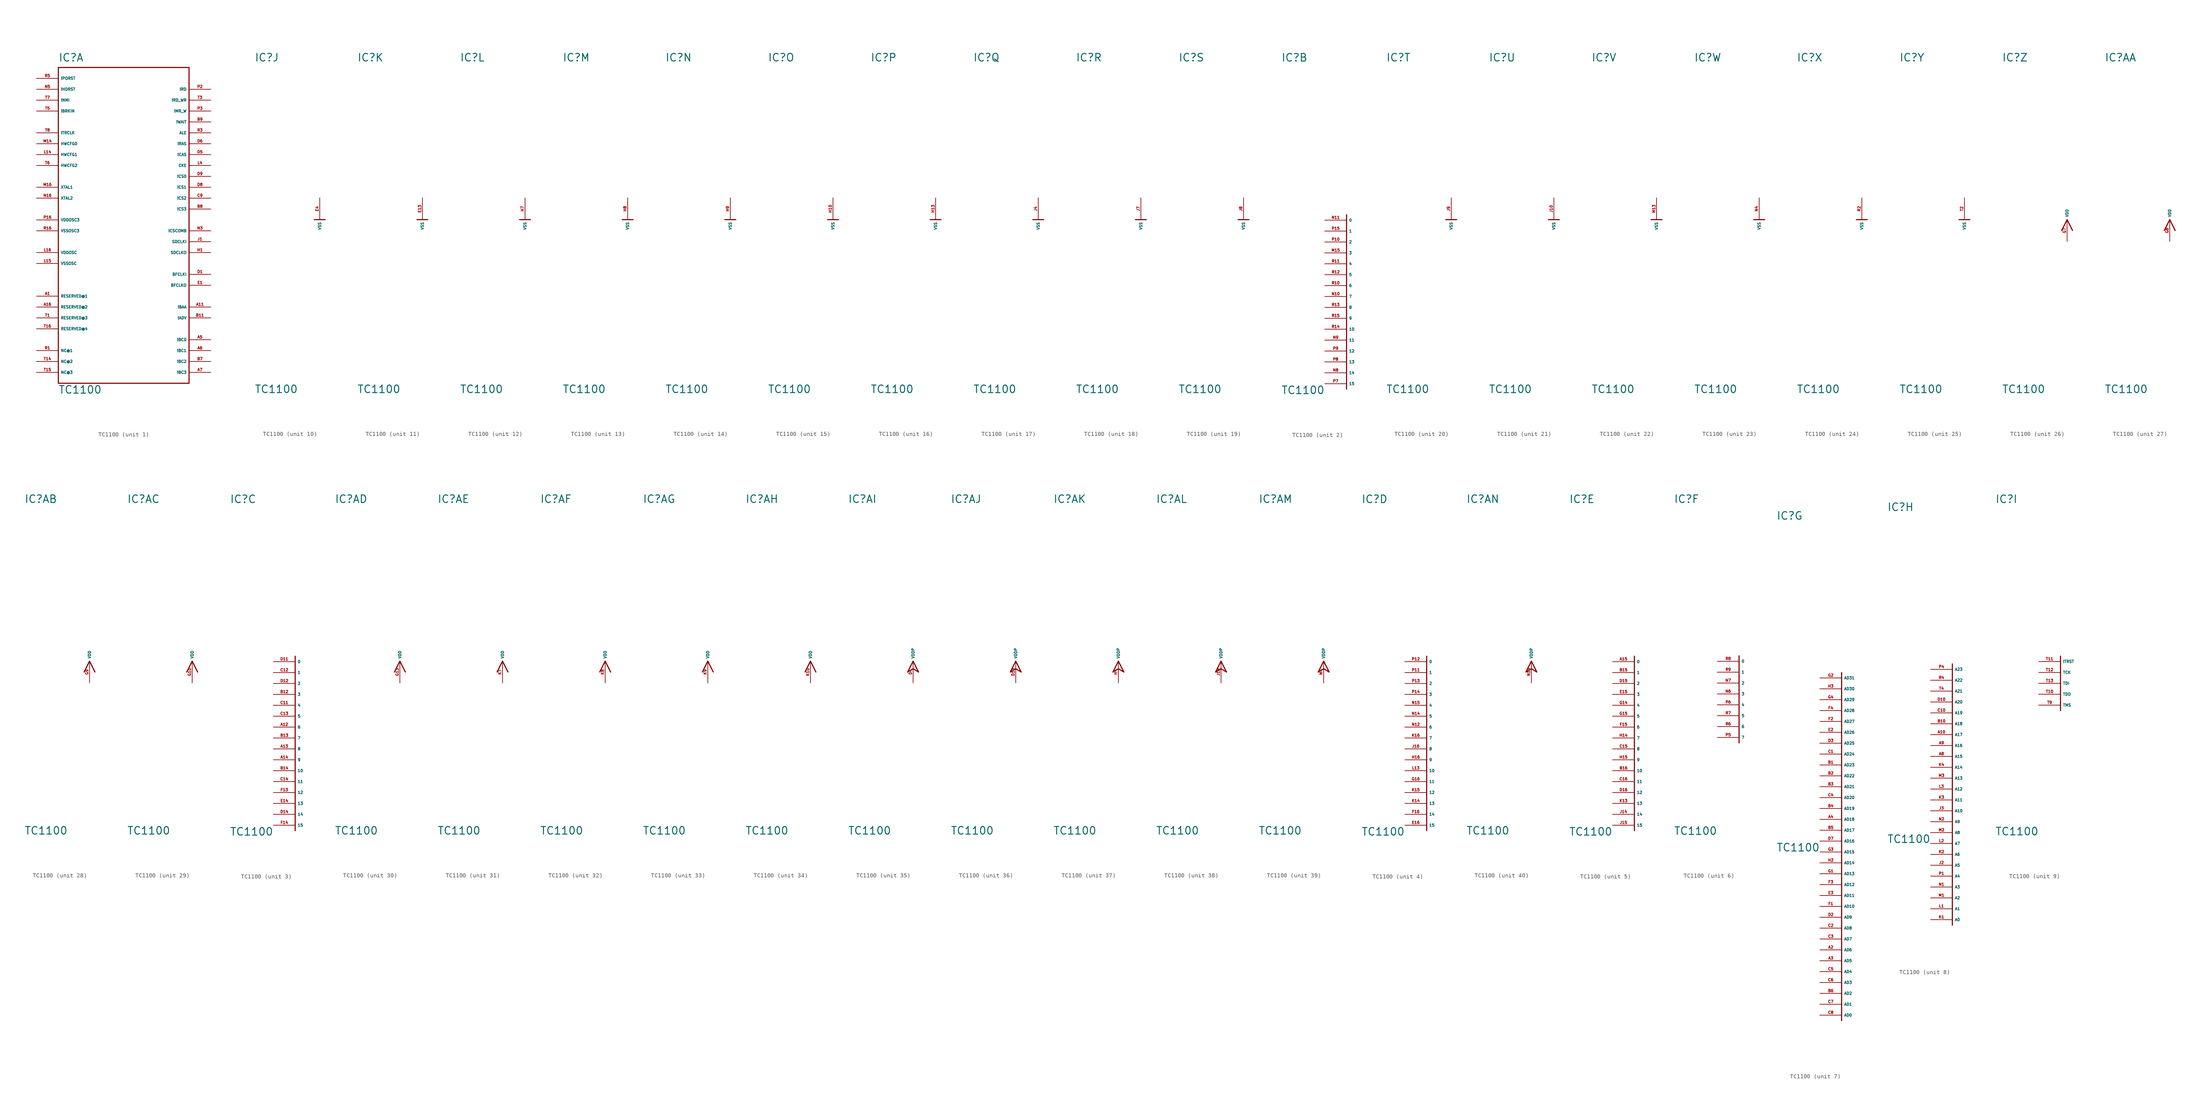
<source format=kicad_sym>
(kicad_symbol_lib
  (version 20220914)
  (generator Eagle2Kicad)
  (symbol "TC1100"
    (property "Reference" "IC"
      (at -15.24 36.83 0)
      (effects (font (size 1.778 1.778) (thickness 0.22)) (justify left bottom)))
    (property "Value" "TC1100"
      (at -15.24 -40.64 0)
      (effects (font (size 1.778 1.778) (thickness 0.22)) (justify left bottom)))
    (symbol "TC1100_1_0"
      (polyline (pts (xy 15.24 35.56) (xy 15.24 -38.1)) (stroke (width 0.254) (type default)) (fill (type none)))
      (polyline (pts (xy 15.24 -38.1) (xy -15.24 -38.1)) (stroke (width 0.254) (type default)) (fill (type none)))
      (polyline (pts (xy -15.24 -38.1) (xy -15.24 35.56)) (stroke (width 0.254) (type default)) (fill (type none)))
      (polyline (pts (xy -15.24 35.56) (xy 15.24 35.56)) (stroke (width 0.254) (type default)) (fill (type none)))
      (pin input line (at -20.32 27.94 0) (length 5.08) (name "!NMI" (effects (font (size 0.635 0.635) (thickness 0.08)) (justify left bottom))) (number "T7" (effects (font (size 0.635 0.635) (thickness 0.08)) (justify left bottom))))
      (pin output line (at 20.32 30.48 180) (length 5.08) (name "!RD" (effects (font (size 0.635 0.635) (thickness 0.08)) (justify left bottom))) (number "P2" (effects (font (size 0.635 0.635) (thickness 0.08)) (justify left bottom))))
      (pin output line (at 20.32 10.16 180) (length 5.08) (name "!CS0" (effects (font (size 0.635 0.635) (thickness 0.08)) (justify left bottom))) (number "D9" (effects (font (size 0.635 0.635) (thickness 0.08)) (justify left bottom))))
      (pin input line (at -20.32 33.02 0) (length 5.08) (name "!PORST" (effects (font (size 0.635 0.635) (thickness 0.08)) (justify left bottom))) (number "R5" (effects (font (size 0.635 0.635) (thickness 0.08)) (justify left bottom))))
      (pin bidirectional line (at -20.32 30.48 0) (length 5.08) (name "!HDRST" (effects (font (size 0.635 0.635) (thickness 0.08)) (justify left bottom))) (number "N5" (effects (font (size 0.635 0.635) (thickness 0.08)) (justify left bottom))))
      (pin input line (at -20.32 17.78 0) (length 5.08) (name "HWCFG0" (effects (font (size 0.635 0.635) (thickness 0.08)) (justify left bottom))) (number "M14" (effects (font (size 0.635 0.635) (thickness 0.08)) (justify left bottom))))
      (pin input line (at 20.32 22.86 180) (length 5.08) (name "!WAIT" (effects (font (size 0.635 0.635) (thickness 0.08)) (justify left bottom))) (number "B9" (effects (font (size 0.635 0.635) (thickness 0.08)) (justify left bottom))))
      (pin output line (at 20.32 20.32 180) (length 5.08) (name "ALE" (effects (font (size 0.635 0.635) (thickness 0.08)) (justify left bottom))) (number "R3" (effects (font (size 0.635 0.635) (thickness 0.08)) (justify left bottom))))
      (pin output line (at 20.32 -20.32 180) (length 5.08) (name "!BAA" (effects (font (size 0.635 0.635) (thickness 0.08)) (justify left bottom))) (number "A11" (effects (font (size 0.635 0.635) (thickness 0.08)) (justify left bottom))))
      (pin output line (at 20.32 17.78 180) (length 5.08) (name "!RAS" (effects (font (size 0.635 0.635) (thickness 0.08)) (justify left bottom))) (number "D6" (effects (font (size 0.635 0.635) (thickness 0.08)) (justify left bottom))))
      (pin output line (at 20.32 15.24 180) (length 5.08) (name "!CAS" (effects (font (size 0.635 0.635) (thickness 0.08)) (justify left bottom))) (number "D5" (effects (font (size 0.635 0.635) (thickness 0.08)) (justify left bottom))))
      (pin output line (at 20.32 7.62 180) (length 5.08) (name "!CS1" (effects (font (size 0.635 0.635) (thickness 0.08)) (justify left bottom))) (number "D8" (effects (font (size 0.635 0.635) (thickness 0.08)) (justify left bottom))))
      (pin output line (at 20.32 5.08 180) (length 5.08) (name "!CS2" (effects (font (size 0.635 0.635) (thickness 0.08)) (justify left bottom))) (number "C9" (effects (font (size 0.635 0.635) (thickness 0.08)) (justify left bottom))))
      (pin output line (at 20.32 2.54 180) (length 5.08) (name "!CS3" (effects (font (size 0.635 0.635) (thickness 0.08)) (justify left bottom))) (number "B8" (effects (font (size 0.635 0.635) (thickness 0.08)) (justify left bottom))))
      (pin output line (at 20.32 -2.54 180) (length 5.08) (name "!CSCOMB" (effects (font (size 0.635 0.635) (thickness 0.08)) (justify left bottom))) (number "N3" (effects (font (size 0.635 0.635) (thickness 0.08)) (justify left bottom))))
      (pin output line (at 20.32 12.7 180) (length 5.08) (name "CKE" (effects (font (size 0.635 0.635) (thickness 0.08)) (justify left bottom))) (number "L4" (effects (font (size 0.635 0.635) (thickness 0.08)) (justify left bottom))))
      (pin input line (at 20.32 -5.08 180) (length 5.08) (name "SDCLKI" (effects (font (size 0.635 0.635) (thickness 0.08)) (justify left bottom))) (number "J1" (effects (font (size 0.635 0.635) (thickness 0.08)) (justify left bottom))))
      (pin output line (at 20.32 -22.86 180) (length 5.08) (name "!ADV" (effects (font (size 0.635 0.635) (thickness 0.08)) (justify left bottom))) (number "B11" (effects (font (size 0.635 0.635) (thickness 0.08)) (justify left bottom))))
      (pin input line (at -20.32 7.62 0) (length 5.08) (name "XTAL1" (effects (font (size 0.635 0.635) (thickness 0.08)) (justify left bottom))) (number "M16" (effects (font (size 0.635 0.635) (thickness 0.08)) (justify left bottom))))
      (pin output line (at -20.32 5.08 0) (length 5.08) (name "XTAL2" (effects (font (size 0.635 0.635) (thickness 0.08)) (justify left bottom))) (number "N16" (effects (font (size 0.635 0.635) (thickness 0.08)) (justify left bottom))))
      (pin input line (at -20.32 -7.62 0) (length 5.08) (name "VDDOSC" (effects (font (size 0.635 0.635) (thickness 0.08)) (justify left bottom))) (number "L16" (effects (font (size 0.635 0.635) (thickness 0.08)) (justify left bottom))))
      (pin input line (at -20.32 -10.16 0) (length 5.08) (name "VSSOSC" (effects (font (size 0.635 0.635) (thickness 0.08)) (justify left bottom))) (number "L15" (effects (font (size 0.635 0.635) (thickness 0.08)) (justify left bottom))))
      (pin passive line (at -20.32 -17.78 0) (length 5.08) (name "RESERVED@1" (effects (font (size 0.635 0.635) (thickness 0.08)) (justify left bottom))) (number "A1" (effects (font (size 0.635 0.635) (thickness 0.08)) (justify left bottom))))
      (pin bidirectional line (at 20.32 -27.94 180) (length 5.08) (name "!BC0" (effects (font (size 0.635 0.635) (thickness 0.08)) (justify left bottom))) (number "A5" (effects (font (size 0.635 0.635) (thickness 0.08)) (justify left bottom))))
      (pin bidirectional line (at 20.32 -30.48 180) (length 5.08) (name "!BC1" (effects (font (size 0.635 0.635) (thickness 0.08)) (justify left bottom))) (number "A6" (effects (font (size 0.635 0.635) (thickness 0.08)) (justify left bottom))))
      (pin bidirectional line (at 20.32 -33.02 180) (length 5.08) (name "!BC2" (effects (font (size 0.635 0.635) (thickness 0.08)) (justify left bottom))) (number "B7" (effects (font (size 0.635 0.635) (thickness 0.08)) (justify left bottom))))
      (pin bidirectional line (at 20.32 -35.56 180) (length 5.08) (name "!BC3" (effects (font (size 0.635 0.635) (thickness 0.08)) (justify left bottom))) (number "A7" (effects (font (size 0.635 0.635) (thickness 0.08)) (justify left bottom))))
      (pin output line (at 20.32 27.94 180) (length 5.08) (name "!RD_WR" (effects (font (size 0.635 0.635) (thickness 0.08)) (justify left bottom))) (number "T3" (effects (font (size 0.635 0.635) (thickness 0.08)) (justify left bottom))))
      (pin input line (at -20.32 15.24 0) (length 5.08) (name "HWCFG1" (effects (font (size 0.635 0.635) (thickness 0.08)) (justify left bottom))) (number "L14" (effects (font (size 0.635 0.635) (thickness 0.08)) (justify left bottom))))
      (pin input line (at -20.32 12.7 0) (length 5.08) (name "HWCFG2" (effects (font (size 0.635 0.635) (thickness 0.08)) (justify left bottom))) (number "T6" (effects (font (size 0.635 0.635) (thickness 0.08)) (justify left bottom))))
      (pin output line (at -20.32 20.32 0) (length 5.08) (name "!TRCLK" (effects (font (size 0.635 0.635) (thickness 0.08)) (justify left bottom))) (number "T8" (effects (font (size 0.635 0.635) (thickness 0.08)) (justify left bottom))))
      (pin output line (at 20.32 -7.62 180) (length 5.08) (name "SDCLKO" (effects (font (size 0.635 0.635) (thickness 0.08)) (justify left bottom))) (number "H1" (effects (font (size 0.635 0.635) (thickness 0.08)) (justify left bottom))))
      (pin input line (at 20.32 -12.7 180) (length 5.08) (name "BFCLKI" (effects (font (size 0.635 0.635) (thickness 0.08)) (justify left bottom))) (number "D1" (effects (font (size 0.635 0.635) (thickness 0.08)) (justify left bottom))))
      (pin output line (at 20.32 -15.24 180) (length 5.08) (name "BFCLKO" (effects (font (size 0.635 0.635) (thickness 0.08)) (justify left bottom))) (number "E1" (effects (font (size 0.635 0.635) (thickness 0.08)) (justify left bottom))))
      (pin input line (at -20.32 0 0) (length 5.08) (name "VDDOSC3" (effects (font (size 0.635 0.635) (thickness 0.08)) (justify left bottom))) (number "P16" (effects (font (size 0.635 0.635) (thickness 0.08)) (justify left bottom))))
      (pin input line (at -20.32 -2.54 0) (length 5.08) (name "VSSOSC3" (effects (font (size 0.635 0.635) (thickness 0.08)) (justify left bottom))) (number "R16" (effects (font (size 0.635 0.635) (thickness 0.08)) (justify left bottom))))
      (pin output line (at 20.32 25.4 180) (length 5.08) (name "!MR_W" (effects (font (size 0.635 0.635) (thickness 0.08)) (justify left bottom))) (number "P3" (effects (font (size 0.635 0.635) (thickness 0.08)) (justify left bottom))))
      (pin passive line (at -20.32 -20.32 0) (length 5.08) (name "RESERVED@2" (effects (font (size 0.635 0.635) (thickness 0.08)) (justify left bottom))) (number "A16" (effects (font (size 0.635 0.635) (thickness 0.08)) (justify left bottom))))
      (pin passive line (at -20.32 -22.86 0) (length 5.08) (name "RESERVED@3" (effects (font (size 0.635 0.635) (thickness 0.08)) (justify left bottom))) (number "T1" (effects (font (size 0.635 0.635) (thickness 0.08)) (justify left bottom))))
      (pin passive line (at -20.32 -25.4 0) (length 5.08) (name "RESERVED@4" (effects (font (size 0.635 0.635) (thickness 0.08)) (justify left bottom))) (number "T16" (effects (font (size 0.635 0.635) (thickness 0.08)) (justify left bottom))))
      (pin passive line (at -20.32 -30.48 0) (length 5.08) (name "NC@1" (effects (font (size 0.635 0.635) (thickness 0.08)) (justify left bottom))) (number "R1" (effects (font (size 0.635 0.635) (thickness 0.08)) (justify left bottom))))
      (pin passive line (at -20.32 -33.02 0) (length 5.08) (name "NC@2" (effects (font (size 0.635 0.635) (thickness 0.08)) (justify left bottom))) (number "T14" (effects (font (size 0.635 0.635) (thickness 0.08)) (justify left bottom))))
      (pin passive line (at -20.32 -35.56 0) (length 5.08) (name "NC@3" (effects (font (size 0.635 0.635) (thickness 0.08)) (justify left bottom))) (number "T15" (effects (font (size 0.635 0.635) (thickness 0.08)) (justify left bottom))))
      (pin input line (at -20.32 25.4 0) (length 5.08) (name "!BRKIN" (effects (font (size 0.635 0.635) (thickness 0.08)) (justify left bottom))) (number "T5" (effects (font (size 0.635 0.635) (thickness 0.08)) (justify left bottom)))))
    (symbol "TC1100_2_0"
      (polyline (pts (xy 0 1.27) (xy 0 -39.37)) (stroke (width 0.254) (type default)) (fill (type none)))
      (pin input line (at -5.08 0 0) (length 5.08) (name "0" (effects (font (size 0.635 0.635) (thickness 0.08)) (justify left bottom))) (number "N11" (effects (font (size 0.635 0.635) (thickness 0.08)) (justify left bottom))))
      (pin input line (at -5.08 -2.54 0) (length 5.08) (name "1" (effects (font (size 0.635 0.635) (thickness 0.08)) (justify left bottom))) (number "P15" (effects (font (size 0.635 0.635) (thickness 0.08)) (justify left bottom))))
      (pin input line (at -5.08 -5.08 0) (length 5.08) (name "2" (effects (font (size 0.635 0.635) (thickness 0.08)) (justify left bottom))) (number "P10" (effects (font (size 0.635 0.635) (thickness 0.08)) (justify left bottom))))
      (pin input line (at -5.08 -7.62 0) (length 5.08) (name "3" (effects (font (size 0.635 0.635) (thickness 0.08)) (justify left bottom))) (number "M15" (effects (font (size 0.635 0.635) (thickness 0.08)) (justify left bottom))))
      (pin input line (at -5.08 -10.16 0) (length 5.08) (name "4" (effects (font (size 0.635 0.635) (thickness 0.08)) (justify left bottom))) (number "R11" (effects (font (size 0.635 0.635) (thickness 0.08)) (justify left bottom))))
      (pin input line (at -5.08 -12.7 0) (length 5.08) (name "5" (effects (font (size 0.635 0.635) (thickness 0.08)) (justify left bottom))) (number "R12" (effects (font (size 0.635 0.635) (thickness 0.08)) (justify left bottom))))
      (pin input line (at -5.08 -15.24 0) (length 5.08) (name "6" (effects (font (size 0.635 0.635) (thickness 0.08)) (justify left bottom))) (number "R10" (effects (font (size 0.635 0.635) (thickness 0.08)) (justify left bottom))))
      (pin input line (at -5.08 -17.78 0) (length 5.08) (name "7" (effects (font (size 0.635 0.635) (thickness 0.08)) (justify left bottom))) (number "N10" (effects (font (size 0.635 0.635) (thickness 0.08)) (justify left bottom))))
      (pin input line (at -5.08 -20.32 0) (length 5.08) (name "8" (effects (font (size 0.635 0.635) (thickness 0.08)) (justify left bottom))) (number "R13" (effects (font (size 0.635 0.635) (thickness 0.08)) (justify left bottom))))
      (pin input line (at -5.08 -22.86 0) (length 5.08) (name "9" (effects (font (size 0.635 0.635) (thickness 0.08)) (justify left bottom))) (number "R15" (effects (font (size 0.635 0.635) (thickness 0.08)) (justify left bottom))))
      (pin input line (at -5.08 -25.4 0) (length 5.08) (name "10" (effects (font (size 0.635 0.635) (thickness 0.08)) (justify left bottom))) (number "R14" (effects (font (size 0.635 0.635) (thickness 0.08)) (justify left bottom))))
      (pin input line (at -5.08 -27.94 0) (length 5.08) (name "11" (effects (font (size 0.635 0.635) (thickness 0.08)) (justify left bottom))) (number "N9" (effects (font (size 0.635 0.635) (thickness 0.08)) (justify left bottom))))
      (pin input line (at -5.08 -30.48 0) (length 5.08) (name "12" (effects (font (size 0.635 0.635) (thickness 0.08)) (justify left bottom))) (number "P9" (effects (font (size 0.635 0.635) (thickness 0.08)) (justify left bottom))))
      (pin input line (at -5.08 -33.02 0) (length 5.08) (name "13" (effects (font (size 0.635 0.635) (thickness 0.08)) (justify left bottom))) (number "P8" (effects (font (size 0.635 0.635) (thickness 0.08)) (justify left bottom))))
      (pin input line (at -5.08 -35.56 0) (length 5.08) (name "14" (effects (font (size 0.635 0.635) (thickness 0.08)) (justify left bottom))) (number "N8" (effects (font (size 0.635 0.635) (thickness 0.08)) (justify left bottom))))
      (pin input line (at -5.08 -38.1 0) (length 5.08) (name "15" (effects (font (size 0.635 0.635) (thickness 0.08)) (justify left bottom))) (number "P7" (effects (font (size 0.635 0.635) (thickness 0.08)) (justify left bottom)))))
    (symbol "TC1100_3_0"
      (polyline (pts (xy 0 1.27) (xy 0 -39.37)) (stroke (width 0.254) (type default)) (fill (type none)))
      (pin input line (at -5.08 0 0) (length 5.08) (name "0" (effects (font (size 0.635 0.635) (thickness 0.08)) (justify left bottom))) (number "D11" (effects (font (size 0.635 0.635) (thickness 0.08)) (justify left bottom))))
      (pin input line (at -5.08 -2.54 0) (length 5.08) (name "1" (effects (font (size 0.635 0.635) (thickness 0.08)) (justify left bottom))) (number "C12" (effects (font (size 0.635 0.635) (thickness 0.08)) (justify left bottom))))
      (pin input line (at -5.08 -5.08 0) (length 5.08) (name "2" (effects (font (size 0.635 0.635) (thickness 0.08)) (justify left bottom))) (number "D12" (effects (font (size 0.635 0.635) (thickness 0.08)) (justify left bottom))))
      (pin input line (at -5.08 -7.62 0) (length 5.08) (name "3" (effects (font (size 0.635 0.635) (thickness 0.08)) (justify left bottom))) (number "B12" (effects (font (size 0.635 0.635) (thickness 0.08)) (justify left bottom))))
      (pin input line (at -5.08 -10.16 0) (length 5.08) (name "4" (effects (font (size 0.635 0.635) (thickness 0.08)) (justify left bottom))) (number "C11" (effects (font (size 0.635 0.635) (thickness 0.08)) (justify left bottom))))
      (pin input line (at -5.08 -12.7 0) (length 5.08) (name "5" (effects (font (size 0.635 0.635) (thickness 0.08)) (justify left bottom))) (number "C13" (effects (font (size 0.635 0.635) (thickness 0.08)) (justify left bottom))))
      (pin input line (at -5.08 -15.24 0) (length 5.08) (name "6" (effects (font (size 0.635 0.635) (thickness 0.08)) (justify left bottom))) (number "A12" (effects (font (size 0.635 0.635) (thickness 0.08)) (justify left bottom))))
      (pin input line (at -5.08 -17.78 0) (length 5.08) (name "7" (effects (font (size 0.635 0.635) (thickness 0.08)) (justify left bottom))) (number "B13" (effects (font (size 0.635 0.635) (thickness 0.08)) (justify left bottom))))
      (pin input line (at -5.08 -20.32 0) (length 5.08) (name "8" (effects (font (size 0.635 0.635) (thickness 0.08)) (justify left bottom))) (number "A13" (effects (font (size 0.635 0.635) (thickness 0.08)) (justify left bottom))))
      (pin input line (at -5.08 -22.86 0) (length 5.08) (name "9" (effects (font (size 0.635 0.635) (thickness 0.08)) (justify left bottom))) (number "A14" (effects (font (size 0.635 0.635) (thickness 0.08)) (justify left bottom))))
      (pin input line (at -5.08 -25.4 0) (length 5.08) (name "10" (effects (font (size 0.635 0.635) (thickness 0.08)) (justify left bottom))) (number "B14" (effects (font (size 0.635 0.635) (thickness 0.08)) (justify left bottom))))
      (pin input line (at -5.08 -27.94 0) (length 5.08) (name "11" (effects (font (size 0.635 0.635) (thickness 0.08)) (justify left bottom))) (number "C14" (effects (font (size 0.635 0.635) (thickness 0.08)) (justify left bottom))))
      (pin input line (at -5.08 -30.48 0) (length 5.08) (name "12" (effects (font (size 0.635 0.635) (thickness 0.08)) (justify left bottom))) (number "F13" (effects (font (size 0.635 0.635) (thickness 0.08)) (justify left bottom))))
      (pin input line (at -5.08 -33.02 0) (length 5.08) (name "13" (effects (font (size 0.635 0.635) (thickness 0.08)) (justify left bottom))) (number "E14" (effects (font (size 0.635 0.635) (thickness 0.08)) (justify left bottom))))
      (pin input line (at -5.08 -35.56 0) (length 5.08) (name "14" (effects (font (size 0.635 0.635) (thickness 0.08)) (justify left bottom))) (number "D14" (effects (font (size 0.635 0.635) (thickness 0.08)) (justify left bottom))))
      (pin input line (at -5.08 -38.1 0) (length 5.08) (name "15" (effects (font (size 0.635 0.635) (thickness 0.08)) (justify left bottom))) (number "F14" (effects (font (size 0.635 0.635) (thickness 0.08)) (justify left bottom)))))
    (symbol "TC1100_4_0"
      (polyline (pts (xy 0 1.27) (xy 0 -39.37)) (stroke (width 0.254) (type default)) (fill (type none)))
      (pin input line (at -5.08 0 0) (length 5.08) (name "0" (effects (font (size 0.635 0.635) (thickness 0.08)) (justify left bottom))) (number "P12" (effects (font (size 0.635 0.635) (thickness 0.08)) (justify left bottom))))
      (pin input line (at -5.08 -2.54 0) (length 5.08) (name "1" (effects (font (size 0.635 0.635) (thickness 0.08)) (justify left bottom))) (number "P11" (effects (font (size 0.635 0.635) (thickness 0.08)) (justify left bottom))))
      (pin input line (at -5.08 -5.08 0) (length 5.08) (name "2" (effects (font (size 0.635 0.635) (thickness 0.08)) (justify left bottom))) (number "P13" (effects (font (size 0.635 0.635) (thickness 0.08)) (justify left bottom))))
      (pin input line (at -5.08 -7.62 0) (length 5.08) (name "3" (effects (font (size 0.635 0.635) (thickness 0.08)) (justify left bottom))) (number "P14" (effects (font (size 0.635 0.635) (thickness 0.08)) (justify left bottom))))
      (pin input line (at -5.08 -10.16 0) (length 5.08) (name "4" (effects (font (size 0.635 0.635) (thickness 0.08)) (justify left bottom))) (number "N15" (effects (font (size 0.635 0.635) (thickness 0.08)) (justify left bottom))))
      (pin input line (at -5.08 -12.7 0) (length 5.08) (name "5" (effects (font (size 0.635 0.635) (thickness 0.08)) (justify left bottom))) (number "N14" (effects (font (size 0.635 0.635) (thickness 0.08)) (justify left bottom))))
      (pin input line (at -5.08 -15.24 0) (length 5.08) (name "6" (effects (font (size 0.635 0.635) (thickness 0.08)) (justify left bottom))) (number "N12" (effects (font (size 0.635 0.635) (thickness 0.08)) (justify left bottom))))
      (pin input line (at -5.08 -17.78 0) (length 5.08) (name "7" (effects (font (size 0.635 0.635) (thickness 0.08)) (justify left bottom))) (number "K16" (effects (font (size 0.635 0.635) (thickness 0.08)) (justify left bottom))))
      (pin input line (at -5.08 -20.32 0) (length 5.08) (name "8" (effects (font (size 0.635 0.635) (thickness 0.08)) (justify left bottom))) (number "J16" (effects (font (size 0.635 0.635) (thickness 0.08)) (justify left bottom))))
      (pin input line (at -5.08 -22.86 0) (length 5.08) (name "9" (effects (font (size 0.635 0.635) (thickness 0.08)) (justify left bottom))) (number "H16" (effects (font (size 0.635 0.635) (thickness 0.08)) (justify left bottom))))
      (pin input line (at -5.08 -25.4 0) (length 5.08) (name "10" (effects (font (size 0.635 0.635) (thickness 0.08)) (justify left bottom))) (number "L13" (effects (font (size 0.635 0.635) (thickness 0.08)) (justify left bottom))))
      (pin input line (at -5.08 -27.94 0) (length 5.08) (name "11" (effects (font (size 0.635 0.635) (thickness 0.08)) (justify left bottom))) (number "G16" (effects (font (size 0.635 0.635) (thickness 0.08)) (justify left bottom))))
      (pin input line (at -5.08 -30.48 0) (length 5.08) (name "12" (effects (font (size 0.635 0.635) (thickness 0.08)) (justify left bottom))) (number "K15" (effects (font (size 0.635 0.635) (thickness 0.08)) (justify left bottom))))
      (pin input line (at -5.08 -33.02 0) (length 5.08) (name "13" (effects (font (size 0.635 0.635) (thickness 0.08)) (justify left bottom))) (number "K14" (effects (font (size 0.635 0.635) (thickness 0.08)) (justify left bottom))))
      (pin input line (at -5.08 -35.56 0) (length 5.08) (name "14" (effects (font (size 0.635 0.635) (thickness 0.08)) (justify left bottom))) (number "F16" (effects (font (size 0.635 0.635) (thickness 0.08)) (justify left bottom))))
      (pin input line (at -5.08 -38.1 0) (length 5.08) (name "15" (effects (font (size 0.635 0.635) (thickness 0.08)) (justify left bottom))) (number "E16" (effects (font (size 0.635 0.635) (thickness 0.08)) (justify left bottom)))))
    (symbol "TC1100_5_0"
      (polyline (pts (xy 0 1.27) (xy 0 -39.37)) (stroke (width 0.254) (type default)) (fill (type none)))
      (pin input line (at -5.08 0 0) (length 5.08) (name "0" (effects (font (size 0.635 0.635) (thickness 0.08)) (justify left bottom))) (number "A15" (effects (font (size 0.635 0.635) (thickness 0.08)) (justify left bottom))))
      (pin input line (at -5.08 -2.54 0) (length 5.08) (name "1" (effects (font (size 0.635 0.635) (thickness 0.08)) (justify left bottom))) (number "B15" (effects (font (size 0.635 0.635) (thickness 0.08)) (justify left bottom))))
      (pin input line (at -5.08 -5.08 0) (length 5.08) (name "2" (effects (font (size 0.635 0.635) (thickness 0.08)) (justify left bottom))) (number "D15" (effects (font (size 0.635 0.635) (thickness 0.08)) (justify left bottom))))
      (pin input line (at -5.08 -7.62 0) (length 5.08) (name "3" (effects (font (size 0.635 0.635) (thickness 0.08)) (justify left bottom))) (number "E15" (effects (font (size 0.635 0.635) (thickness 0.08)) (justify left bottom))))
      (pin input line (at -5.08 -10.16 0) (length 5.08) (name "4" (effects (font (size 0.635 0.635) (thickness 0.08)) (justify left bottom))) (number "G14" (effects (font (size 0.635 0.635) (thickness 0.08)) (justify left bottom))))
      (pin input line (at -5.08 -12.7 0) (length 5.08) (name "5" (effects (font (size 0.635 0.635) (thickness 0.08)) (justify left bottom))) (number "G15" (effects (font (size 0.635 0.635) (thickness 0.08)) (justify left bottom))))
      (pin input line (at -5.08 -15.24 0) (length 5.08) (name "6" (effects (font (size 0.635 0.635) (thickness 0.08)) (justify left bottom))) (number "F15" (effects (font (size 0.635 0.635) (thickness 0.08)) (justify left bottom))))
      (pin input line (at -5.08 -17.78 0) (length 5.08) (name "7" (effects (font (size 0.635 0.635) (thickness 0.08)) (justify left bottom))) (number "H14" (effects (font (size 0.635 0.635) (thickness 0.08)) (justify left bottom))))
      (pin input line (at -5.08 -20.32 0) (length 5.08) (name "8" (effects (font (size 0.635 0.635) (thickness 0.08)) (justify left bottom))) (number "C15" (effects (font (size 0.635 0.635) (thickness 0.08)) (justify left bottom))))
      (pin input line (at -5.08 -22.86 0) (length 5.08) (name "9" (effects (font (size 0.635 0.635) (thickness 0.08)) (justify left bottom))) (number "H15" (effects (font (size 0.635 0.635) (thickness 0.08)) (justify left bottom))))
      (pin input line (at -5.08 -25.4 0) (length 5.08) (name "10" (effects (font (size 0.635 0.635) (thickness 0.08)) (justify left bottom))) (number "B16" (effects (font (size 0.635 0.635) (thickness 0.08)) (justify left bottom))))
      (pin input line (at -5.08 -27.94 0) (length 5.08) (name "11" (effects (font (size 0.635 0.635) (thickness 0.08)) (justify left bottom))) (number "C16" (effects (font (size 0.635 0.635) (thickness 0.08)) (justify left bottom))))
      (pin input line (at -5.08 -30.48 0) (length 5.08) (name "12" (effects (font (size 0.635 0.635) (thickness 0.08)) (justify left bottom))) (number "D16" (effects (font (size 0.635 0.635) (thickness 0.08)) (justify left bottom))))
      (pin input line (at -5.08 -33.02 0) (length 5.08) (name "13" (effects (font (size 0.635 0.635) (thickness 0.08)) (justify left bottom))) (number "K13" (effects (font (size 0.635 0.635) (thickness 0.08)) (justify left bottom))))
      (pin input line (at -5.08 -35.56 0) (length 5.08) (name "14" (effects (font (size 0.635 0.635) (thickness 0.08)) (justify left bottom))) (number "J14" (effects (font (size 0.635 0.635) (thickness 0.08)) (justify left bottom))))
      (pin input line (at -5.08 -38.1 0) (length 5.08) (name "15" (effects (font (size 0.635 0.635) (thickness 0.08)) (justify left bottom))) (number "J15" (effects (font (size 0.635 0.635) (thickness 0.08)) (justify left bottom)))))
    (symbol "TC1100_6_0"
      (polyline (pts (xy 0 1.27) (xy 0 -19.05)) (stroke (width 0.254) (type default)) (fill (type none)))
      (pin input line (at -5.08 0 0) (length 5.08) (name "0" (effects (font (size 0.635 0.635) (thickness 0.08)) (justify left bottom))) (number "R8" (effects (font (size 0.635 0.635) (thickness 0.08)) (justify left bottom))))
      (pin input line (at -5.08 -2.54 0) (length 5.08) (name "1" (effects (font (size 0.635 0.635) (thickness 0.08)) (justify left bottom))) (number "R9" (effects (font (size 0.635 0.635) (thickness 0.08)) (justify left bottom))))
      (pin input line (at -5.08 -5.08 0) (length 5.08) (name "2" (effects (font (size 0.635 0.635) (thickness 0.08)) (justify left bottom))) (number "N7" (effects (font (size 0.635 0.635) (thickness 0.08)) (justify left bottom))))
      (pin input line (at -5.08 -7.62 0) (length 5.08) (name "3" (effects (font (size 0.635 0.635) (thickness 0.08)) (justify left bottom))) (number "N6" (effects (font (size 0.635 0.635) (thickness 0.08)) (justify left bottom))))
      (pin input line (at -5.08 -10.16 0) (length 5.08) (name "4" (effects (font (size 0.635 0.635) (thickness 0.08)) (justify left bottom))) (number "P6" (effects (font (size 0.635 0.635) (thickness 0.08)) (justify left bottom))))
      (pin input line (at -5.08 -12.7 0) (length 5.08) (name "5" (effects (font (size 0.635 0.635) (thickness 0.08)) (justify left bottom))) (number "R7" (effects (font (size 0.635 0.635) (thickness 0.08)) (justify left bottom))))
      (pin input line (at -5.08 -15.24 0) (length 5.08) (name "6" (effects (font (size 0.635 0.635) (thickness 0.08)) (justify left bottom))) (number "R6" (effects (font (size 0.635 0.635) (thickness 0.08)) (justify left bottom))))
      (pin input line (at -5.08 -17.78 0) (length 5.08) (name "7" (effects (font (size 0.635 0.635) (thickness 0.08)) (justify left bottom))) (number "P5" (effects (font (size 0.635 0.635) (thickness 0.08)) (justify left bottom)))))
    (symbol "TC1100_7_0"
      (polyline (pts (xy 0 1.27) (xy 0 -80.01)) (stroke (width 0.254) (type default)) (fill (type none)))
      (pin bidirectional line (at -5.08 -78.74 0) (length 5.08) (name "AD0" (effects (font (size 0.635 0.635) (thickness 0.08)) (justify left bottom))) (number "C8" (effects (font (size 0.635 0.635) (thickness 0.08)) (justify left bottom))))
      (pin bidirectional line (at -5.08 -76.2 0) (length 5.08) (name "AD1" (effects (font (size 0.635 0.635) (thickness 0.08)) (justify left bottom))) (number "C7" (effects (font (size 0.635 0.635) (thickness 0.08)) (justify left bottom))))
      (pin bidirectional line (at -5.08 -73.66 0) (length 5.08) (name "AD2" (effects (font (size 0.635 0.635) (thickness 0.08)) (justify left bottom))) (number "B6" (effects (font (size 0.635 0.635) (thickness 0.08)) (justify left bottom))))
      (pin bidirectional line (at -5.08 -71.12 0) (length 5.08) (name "AD3" (effects (font (size 0.635 0.635) (thickness 0.08)) (justify left bottom))) (number "C6" (effects (font (size 0.635 0.635) (thickness 0.08)) (justify left bottom))))
      (pin bidirectional line (at -5.08 -68.58 0) (length 5.08) (name "AD4" (effects (font (size 0.635 0.635) (thickness 0.08)) (justify left bottom))) (number "C5" (effects (font (size 0.635 0.635) (thickness 0.08)) (justify left bottom))))
      (pin bidirectional line (at -5.08 -66.04 0) (length 5.08) (name "AD5" (effects (font (size 0.635 0.635) (thickness 0.08)) (justify left bottom))) (number "A3" (effects (font (size 0.635 0.635) (thickness 0.08)) (justify left bottom))))
      (pin bidirectional line (at -5.08 -63.5 0) (length 5.08) (name "AD6" (effects (font (size 0.635 0.635) (thickness 0.08)) (justify left bottom))) (number "A2" (effects (font (size 0.635 0.635) (thickness 0.08)) (justify left bottom))))
      (pin bidirectional line (at -5.08 -60.96 0) (length 5.08) (name "AD7" (effects (font (size 0.635 0.635) (thickness 0.08)) (justify left bottom))) (number "C3" (effects (font (size 0.635 0.635) (thickness 0.08)) (justify left bottom))))
      (pin bidirectional line (at -5.08 -58.42 0) (length 5.08) (name "AD8" (effects (font (size 0.635 0.635) (thickness 0.08)) (justify left bottom))) (number "C2" (effects (font (size 0.635 0.635) (thickness 0.08)) (justify left bottom))))
      (pin bidirectional line (at -5.08 -55.88 0) (length 5.08) (name "AD9" (effects (font (size 0.635 0.635) (thickness 0.08)) (justify left bottom))) (number "D2" (effects (font (size 0.635 0.635) (thickness 0.08)) (justify left bottom))))
      (pin bidirectional line (at -5.08 -53.34 0) (length 5.08) (name "AD10" (effects (font (size 0.635 0.635) (thickness 0.08)) (justify left bottom))) (number "F1" (effects (font (size 0.635 0.635) (thickness 0.08)) (justify left bottom))))
      (pin bidirectional line (at -5.08 -50.8 0) (length 5.08) (name "AD11" (effects (font (size 0.635 0.635) (thickness 0.08)) (justify left bottom))) (number "E3" (effects (font (size 0.635 0.635) (thickness 0.08)) (justify left bottom))))
      (pin bidirectional line (at -5.08 -48.26 0) (length 5.08) (name "AD12" (effects (font (size 0.635 0.635) (thickness 0.08)) (justify left bottom))) (number "F3" (effects (font (size 0.635 0.635) (thickness 0.08)) (justify left bottom))))
      (pin bidirectional line (at -5.08 -45.72 0) (length 5.08) (name "AD13" (effects (font (size 0.635 0.635) (thickness 0.08)) (justify left bottom))) (number "G1" (effects (font (size 0.635 0.635) (thickness 0.08)) (justify left bottom))))
      (pin bidirectional line (at -5.08 -43.18 0) (length 5.08) (name "AD14" (effects (font (size 0.635 0.635) (thickness 0.08)) (justify left bottom))) (number "H2" (effects (font (size 0.635 0.635) (thickness 0.08)) (justify left bottom))))
      (pin bidirectional line (at -5.08 -40.64 0) (length 5.08) (name "AD15" (effects (font (size 0.635 0.635) (thickness 0.08)) (justify left bottom))) (number "G3" (effects (font (size 0.635 0.635) (thickness 0.08)) (justify left bottom))))
      (pin bidirectional line (at -5.08 -38.1 0) (length 5.08) (name "AD16" (effects (font (size 0.635 0.635) (thickness 0.08)) (justify left bottom))) (number "D7" (effects (font (size 0.635 0.635) (thickness 0.08)) (justify left bottom))))
      (pin bidirectional line (at -5.08 -35.56 0) (length 5.08) (name "AD17" (effects (font (size 0.635 0.635) (thickness 0.08)) (justify left bottom))) (number "B5" (effects (font (size 0.635 0.635) (thickness 0.08)) (justify left bottom))))
      (pin bidirectional line (at -5.08 -33.02 0) (length 5.08) (name "AD18" (effects (font (size 0.635 0.635) (thickness 0.08)) (justify left bottom))) (number "A4" (effects (font (size 0.635 0.635) (thickness 0.08)) (justify left bottom))))
      (pin bidirectional line (at -5.08 -30.48 0) (length 5.08) (name "AD19" (effects (font (size 0.635 0.635) (thickness 0.08)) (justify left bottom))) (number "B4" (effects (font (size 0.635 0.635) (thickness 0.08)) (justify left bottom))))
      (pin bidirectional line (at -5.08 -27.94 0) (length 5.08) (name "AD20" (effects (font (size 0.635 0.635) (thickness 0.08)) (justify left bottom))) (number "C4" (effects (font (size 0.635 0.635) (thickness 0.08)) (justify left bottom))))
      (pin bidirectional line (at -5.08 -25.4 0) (length 5.08) (name "AD21" (effects (font (size 0.635 0.635) (thickness 0.08)) (justify left bottom))) (number "B3" (effects (font (size 0.635 0.635) (thickness 0.08)) (justify left bottom))))
      (pin bidirectional line (at -5.08 -22.86 0) (length 5.08) (name "AD22" (effects (font (size 0.635 0.635) (thickness 0.08)) (justify left bottom))) (number "B2" (effects (font (size 0.635 0.635) (thickness 0.08)) (justify left bottom))))
      (pin bidirectional line (at -5.08 -20.32 0) (length 5.08) (name "AD23" (effects (font (size 0.635 0.635) (thickness 0.08)) (justify left bottom))) (number "B1" (effects (font (size 0.635 0.635) (thickness 0.08)) (justify left bottom))))
      (pin bidirectional line (at -5.08 -17.78 0) (length 5.08) (name "AD24" (effects (font (size 0.635 0.635) (thickness 0.08)) (justify left bottom))) (number "C1" (effects (font (size 0.635 0.635) (thickness 0.08)) (justify left bottom))))
      (pin bidirectional line (at -5.08 -15.24 0) (length 5.08) (name "AD25" (effects (font (size 0.635 0.635) (thickness 0.08)) (justify left bottom))) (number "D3" (effects (font (size 0.635 0.635) (thickness 0.08)) (justify left bottom))))
      (pin bidirectional line (at -5.08 -12.7 0) (length 5.08) (name "AD26" (effects (font (size 0.635 0.635) (thickness 0.08)) (justify left bottom))) (number "E2" (effects (font (size 0.635 0.635) (thickness 0.08)) (justify left bottom))))
      (pin bidirectional line (at -5.08 -10.16 0) (length 5.08) (name "AD27" (effects (font (size 0.635 0.635) (thickness 0.08)) (justify left bottom))) (number "F2" (effects (font (size 0.635 0.635) (thickness 0.08)) (justify left bottom))))
      (pin bidirectional line (at -5.08 -7.62 0) (length 5.08) (name "AD28" (effects (font (size 0.635 0.635) (thickness 0.08)) (justify left bottom))) (number "F4" (effects (font (size 0.635 0.635) (thickness 0.08)) (justify left bottom))))
      (pin bidirectional line (at -5.08 -5.08 0) (length 5.08) (name "AD29" (effects (font (size 0.635 0.635) (thickness 0.08)) (justify left bottom))) (number "G4" (effects (font (size 0.635 0.635) (thickness 0.08)) (justify left bottom))))
      (pin bidirectional line (at -5.08 -2.54 0) (length 5.08) (name "AD30" (effects (font (size 0.635 0.635) (thickness 0.08)) (justify left bottom))) (number "H3" (effects (font (size 0.635 0.635) (thickness 0.08)) (justify left bottom))))
      (pin bidirectional line (at -5.08 0 0) (length 5.08) (name "AD31" (effects (font (size 0.635 0.635) (thickness 0.08)) (justify left bottom))) (number "G2" (effects (font (size 0.635 0.635) (thickness 0.08)) (justify left bottom)))))
    (symbol "TC1100_8_0"
      (polyline (pts (xy 0 1.27) (xy 0 -59.69)) (stroke (width 0.254) (type default)) (fill (type none)))
      (pin output line (at -5.08 -58.42 0) (length 5.08) (name "A0" (effects (font (size 0.635 0.635) (thickness 0.08)) (justify left bottom))) (number "K1" (effects (font (size 0.635 0.635) (thickness 0.08)) (justify left bottom))))
      (pin output line (at -5.08 -55.88 0) (length 5.08) (name "A1" (effects (font (size 0.635 0.635) (thickness 0.08)) (justify left bottom))) (number "L1" (effects (font (size 0.635 0.635) (thickness 0.08)) (justify left bottom))))
      (pin output line (at -5.08 -53.34 0) (length 5.08) (name "A2" (effects (font (size 0.635 0.635) (thickness 0.08)) (justify left bottom))) (number "M1" (effects (font (size 0.635 0.635) (thickness 0.08)) (justify left bottom))))
      (pin output line (at -5.08 -50.8 0) (length 5.08) (name "A3" (effects (font (size 0.635 0.635) (thickness 0.08)) (justify left bottom))) (number "N1" (effects (font (size 0.635 0.635) (thickness 0.08)) (justify left bottom))))
      (pin output line (at -5.08 -48.26 0) (length 5.08) (name "A4" (effects (font (size 0.635 0.635) (thickness 0.08)) (justify left bottom))) (number "P1" (effects (font (size 0.635 0.635) (thickness 0.08)) (justify left bottom))))
      (pin output line (at -5.08 -45.72 0) (length 5.08) (name "A5" (effects (font (size 0.635 0.635) (thickness 0.08)) (justify left bottom))) (number "J2" (effects (font (size 0.635 0.635) (thickness 0.08)) (justify left bottom))))
      (pin output line (at -5.08 -43.18 0) (length 5.08) (name "A6" (effects (font (size 0.635 0.635) (thickness 0.08)) (justify left bottom))) (number "K2" (effects (font (size 0.635 0.635) (thickness 0.08)) (justify left bottom))))
      (pin output line (at -5.08 -40.64 0) (length 5.08) (name "A7" (effects (font (size 0.635 0.635) (thickness 0.08)) (justify left bottom))) (number "L2" (effects (font (size 0.635 0.635) (thickness 0.08)) (justify left bottom))))
      (pin output line (at -5.08 -38.1 0) (length 5.08) (name "A8" (effects (font (size 0.635 0.635) (thickness 0.08)) (justify left bottom))) (number "M2" (effects (font (size 0.635 0.635) (thickness 0.08)) (justify left bottom))))
      (pin output line (at -5.08 -35.56 0) (length 5.08) (name "A9" (effects (font (size 0.635 0.635) (thickness 0.08)) (justify left bottom))) (number "N2" (effects (font (size 0.635 0.635) (thickness 0.08)) (justify left bottom))))
      (pin output line (at -5.08 -33.02 0) (length 5.08) (name "A10" (effects (font (size 0.635 0.635) (thickness 0.08)) (justify left bottom))) (number "J3" (effects (font (size 0.635 0.635) (thickness 0.08)) (justify left bottom))))
      (pin output line (at -5.08 -30.48 0) (length 5.08) (name "A11" (effects (font (size 0.635 0.635) (thickness 0.08)) (justify left bottom))) (number "K3" (effects (font (size 0.635 0.635) (thickness 0.08)) (justify left bottom))))
      (pin output line (at -5.08 -27.94 0) (length 5.08) (name "A12" (effects (font (size 0.635 0.635) (thickness 0.08)) (justify left bottom))) (number "L3" (effects (font (size 0.635 0.635) (thickness 0.08)) (justify left bottom))))
      (pin output line (at -5.08 -25.4 0) (length 5.08) (name "A13" (effects (font (size 0.635 0.635) (thickness 0.08)) (justify left bottom))) (number "M3" (effects (font (size 0.635 0.635) (thickness 0.08)) (justify left bottom))))
      (pin output line (at -5.08 -22.86 0) (length 5.08) (name "A14" (effects (font (size 0.635 0.635) (thickness 0.08)) (justify left bottom))) (number "K4" (effects (font (size 0.635 0.635) (thickness 0.08)) (justify left bottom))))
      (pin output line (at -5.08 -20.32 0) (length 5.08) (name "A15" (effects (font (size 0.635 0.635) (thickness 0.08)) (justify left bottom))) (number "A8" (effects (font (size 0.635 0.635) (thickness 0.08)) (justify left bottom))))
      (pin output line (at -5.08 -17.78 0) (length 5.08) (name "A16" (effects (font (size 0.635 0.635) (thickness 0.08)) (justify left bottom))) (number "A9" (effects (font (size 0.635 0.635) (thickness 0.08)) (justify left bottom))))
      (pin output line (at -5.08 -15.24 0) (length 5.08) (name "A17" (effects (font (size 0.635 0.635) (thickness 0.08)) (justify left bottom))) (number "A10" (effects (font (size 0.635 0.635) (thickness 0.08)) (justify left bottom))))
      (pin output line (at -5.08 -12.7 0) (length 5.08) (name "A18" (effects (font (size 0.635 0.635) (thickness 0.08)) (justify left bottom))) (number "B10" (effects (font (size 0.635 0.635) (thickness 0.08)) (justify left bottom))))
      (pin output line (at -5.08 -10.16 0) (length 5.08) (name "A19" (effects (font (size 0.635 0.635) (thickness 0.08)) (justify left bottom))) (number "C10" (effects (font (size 0.635 0.635) (thickness 0.08)) (justify left bottom))))
      (pin output line (at -5.08 -7.62 0) (length 5.08) (name "A20" (effects (font (size 0.635 0.635) (thickness 0.08)) (justify left bottom))) (number "D10" (effects (font (size 0.635 0.635) (thickness 0.08)) (justify left bottom))))
      (pin output line (at -5.08 -5.08 0) (length 5.08) (name "A21" (effects (font (size 0.635 0.635) (thickness 0.08)) (justify left bottom))) (number "T4" (effects (font (size 0.635 0.635) (thickness 0.08)) (justify left bottom))))
      (pin output line (at -5.08 -2.54 0) (length 5.08) (name "A22" (effects (font (size 0.635 0.635) (thickness 0.08)) (justify left bottom))) (number "R4" (effects (font (size 0.635 0.635) (thickness 0.08)) (justify left bottom))))
      (pin output line (at -5.08 0 0) (length 5.08) (name "A23" (effects (font (size 0.635 0.635) (thickness 0.08)) (justify left bottom))) (number "P4" (effects (font (size 0.635 0.635) (thickness 0.08)) (justify left bottom)))))
    (symbol "TC1100_9_0"
      (polyline (pts (xy 0 1.27) (xy 0 -11.43)) (stroke (width 0.254) (type default)) (fill (type none)))
      (pin input line (at -5.08 0 0) (length 5.08) (name "!TRST" (effects (font (size 0.635 0.635) (thickness 0.08)) (justify left bottom))) (number "T11" (effects (font (size 0.635 0.635) (thickness 0.08)) (justify left bottom))))
      (pin input line (at -5.08 -2.54 0) (length 5.08) (name "TCK" (effects (font (size 0.635 0.635) (thickness 0.08)) (justify left bottom))) (number "T12" (effects (font (size 0.635 0.635) (thickness 0.08)) (justify left bottom))))
      (pin input line (at -5.08 -5.08 0) (length 5.08) (name "TDI" (effects (font (size 0.635 0.635) (thickness 0.08)) (justify left bottom))) (number "T13" (effects (font (size 0.635 0.635) (thickness 0.08)) (justify left bottom))))
      (pin output line (at -5.08 -7.62 0) (length 5.08) (name "TDO" (effects (font (size 0.635 0.635) (thickness 0.08)) (justify left bottom))) (number "T10" (effects (font (size 0.635 0.635) (thickness 0.08)) (justify left bottom))))
      (pin input line (at -5.08 -10.16 0) (length 5.08) (name "TMS" (effects (font (size 0.635 0.635) (thickness 0.08)) (justify left bottom))) (number "T9" (effects (font (size 0.635 0.635) (thickness 0.08)) (justify left bottom)))))
    (symbol "TC1100_10_0"
      (polyline (pts (xy -1.27 0) (xy 1.27 0)) (stroke (width 0.254) (type default)) (fill (type none)))
      (pin unspecified line (at 0 5.08 270) (length 5.08) (name "VSS" (effects (font (size 0.635 0.635) (thickness 0.08)) (justify left bottom))) (number "E4" (effects (font (size 0.635 0.635) (thickness 0.08)) (justify left bottom)))))
    (symbol "TC1100_11_0"
      (polyline (pts (xy -1.27 0) (xy 1.27 0)) (stroke (width 0.254) (type default)) (fill (type none)))
      (pin unspecified line (at 0 5.08 270) (length 5.08) (name "VSS" (effects (font (size 0.635 0.635) (thickness 0.08)) (justify left bottom))) (number "E13" (effects (font (size 0.635 0.635) (thickness 0.08)) (justify left bottom)))))
    (symbol "TC1100_12_0"
      (polyline (pts (xy -1.27 0) (xy 1.27 0)) (stroke (width 0.254) (type default)) (fill (type none)))
      (pin unspecified line (at 0 5.08 270) (length 5.08) (name "VSS" (effects (font (size 0.635 0.635) (thickness 0.08)) (justify left bottom))) (number "H7" (effects (font (size 0.635 0.635) (thickness 0.08)) (justify left bottom)))))
    (symbol "TC1100_13_0"
      (polyline (pts (xy -1.27 0) (xy 1.27 0)) (stroke (width 0.254) (type default)) (fill (type none)))
      (pin unspecified line (at 0 5.08 270) (length 5.08) (name "VSS" (effects (font (size 0.635 0.635) (thickness 0.08)) (justify left bottom))) (number "H8" (effects (font (size 0.635 0.635) (thickness 0.08)) (justify left bottom)))))
    (symbol "TC1100_14_0"
      (polyline (pts (xy -1.27 0) (xy 1.27 0)) (stroke (width 0.254) (type default)) (fill (type none)))
      (pin unspecified line (at 0 5.08 270) (length 5.08) (name "VSS" (effects (font (size 0.635 0.635) (thickness 0.08)) (justify left bottom))) (number "H9" (effects (font (size 0.635 0.635) (thickness 0.08)) (justify left bottom)))))
    (symbol "TC1100_15_0"
      (polyline (pts (xy -1.27 0) (xy 1.27 0)) (stroke (width 0.254) (type default)) (fill (type none)))
      (pin unspecified line (at 0 5.08 270) (length 5.08) (name "VSS" (effects (font (size 0.635 0.635) (thickness 0.08)) (justify left bottom))) (number "H10" (effects (font (size 0.635 0.635) (thickness 0.08)) (justify left bottom)))))
    (symbol "TC1100_16_0"
      (polyline (pts (xy -1.27 0) (xy 1.27 0)) (stroke (width 0.254) (type default)) (fill (type none)))
      (pin unspecified line (at 0 5.08 270) (length 5.08) (name "VSS" (effects (font (size 0.635 0.635) (thickness 0.08)) (justify left bottom))) (number "H13" (effects (font (size 0.635 0.635) (thickness 0.08)) (justify left bottom)))))
    (symbol "TC1100_17_0"
      (polyline (pts (xy -1.27 0) (xy 1.27 0)) (stroke (width 0.254) (type default)) (fill (type none)))
      (pin unspecified line (at 0 5.08 270) (length 5.08) (name "VSS" (effects (font (size 0.635 0.635) (thickness 0.08)) (justify left bottom))) (number "J4" (effects (font (size 0.635 0.635) (thickness 0.08)) (justify left bottom)))))
    (symbol "TC1100_18_0"
      (polyline (pts (xy -1.27 0) (xy 1.27 0)) (stroke (width 0.254) (type default)) (fill (type none)))
      (pin unspecified line (at 0 5.08 270) (length 5.08) (name "VSS" (effects (font (size 0.635 0.635) (thickness 0.08)) (justify left bottom))) (number "J7" (effects (font (size 0.635 0.635) (thickness 0.08)) (justify left bottom)))))
    (symbol "TC1100_19_0"
      (polyline (pts (xy -1.27 0) (xy 1.27 0)) (stroke (width 0.254) (type default)) (fill (type none)))
      (pin unspecified line (at 0 5.08 270) (length 5.08) (name "VSS" (effects (font (size 0.635 0.635) (thickness 0.08)) (justify left bottom))) (number "J8" (effects (font (size 0.635 0.635) (thickness 0.08)) (justify left bottom)))))
    (symbol "TC1100_20_0"
      (polyline (pts (xy -1.27 0) (xy 1.27 0)) (stroke (width 0.254) (type default)) (fill (type none)))
      (pin unspecified line (at 0 5.08 270) (length 5.08) (name "VSS" (effects (font (size 0.635 0.635) (thickness 0.08)) (justify left bottom))) (number "J9" (effects (font (size 0.635 0.635) (thickness 0.08)) (justify left bottom)))))
    (symbol "TC1100_21_0"
      (polyline (pts (xy -1.27 0) (xy 1.27 0)) (stroke (width 0.254) (type default)) (fill (type none)))
      (pin unspecified line (at 0 5.08 270) (length 5.08) (name "VSS" (effects (font (size 0.635 0.635) (thickness 0.08)) (justify left bottom))) (number "J10" (effects (font (size 0.635 0.635) (thickness 0.08)) (justify left bottom)))))
    (symbol "TC1100_22_0"
      (polyline (pts (xy -1.27 0) (xy 1.27 0)) (stroke (width 0.254) (type default)) (fill (type none)))
      (pin unspecified line (at 0 5.08 270) (length 5.08) (name "VSS" (effects (font (size 0.635 0.635) (thickness 0.08)) (justify left bottom))) (number "M13" (effects (font (size 0.635 0.635) (thickness 0.08)) (justify left bottom)))))
    (symbol "TC1100_23_0"
      (polyline (pts (xy -1.27 0) (xy 1.27 0)) (stroke (width 0.254) (type default)) (fill (type none)))
      (pin unspecified line (at 0 5.08 270) (length 5.08) (name "VSS" (effects (font (size 0.635 0.635) (thickness 0.08)) (justify left bottom))) (number "N4" (effects (font (size 0.635 0.635) (thickness 0.08)) (justify left bottom)))))
    (symbol "TC1100_24_0"
      (polyline (pts (xy -1.27 0) (xy 1.27 0)) (stroke (width 0.254) (type default)) (fill (type none)))
      (pin unspecified line (at 0 5.08 270) (length 5.08) (name "VSS" (effects (font (size 0.635 0.635) (thickness 0.08)) (justify left bottom))) (number "R2" (effects (font (size 0.635 0.635) (thickness 0.08)) (justify left bottom)))))
    (symbol "TC1100_25_0"
      (polyline (pts (xy -1.27 0) (xy 1.27 0)) (stroke (width 0.254) (type default)) (fill (type none)))
      (pin unspecified line (at 0 5.08 270) (length 5.08) (name "VSS" (effects (font (size 0.635 0.635) (thickness 0.08)) (justify left bottom))) (number "T2" (effects (font (size 0.635 0.635) (thickness 0.08)) (justify left bottom)))))
    (symbol "TC1100_26_0"
      (polyline (pts (xy 0 0) (xy -1.27 -2.54)) (stroke (width 0.254) (type default)) (fill (type none)))
      (polyline (pts (xy 0 0) (xy 1.27 -2.54)) (stroke (width 0.254) (type default)) (fill (type none)))
      (pin unspecified line (at 0 -5.08 90) (length 5.08) (name "VDD" (effects (font (size 0.635 0.635) (thickness 0.08)) (justify left bottom))) (number "G7" (effects (font (size 0.635 0.635) (thickness 0.08)) (justify left bottom)))))
    (symbol "TC1100_27_0"
      (polyline (pts (xy 0 0) (xy -1.27 -2.54)) (stroke (width 0.254) (type default)) (fill (type none)))
      (polyline (pts (xy 0 0) (xy 1.27 -2.54)) (stroke (width 0.254) (type default)) (fill (type none)))
      (pin unspecified line (at 0 -5.08 90) (length 5.08) (name "VDD" (effects (font (size 0.635 0.635) (thickness 0.08)) (justify left bottom))) (number "G8" (effects (font (size 0.635 0.635) (thickness 0.08)) (justify left bottom)))))
    (symbol "TC1100_28_0"
      (polyline (pts (xy 0 0) (xy -1.27 -2.54)) (stroke (width 0.254) (type default)) (fill (type none)))
      (polyline (pts (xy 0 0) (xy 1.27 -2.54)) (stroke (width 0.254) (type default)) (fill (type none)))
      (pin unspecified line (at 0 -5.08 90) (length 5.08) (name "VDD" (effects (font (size 0.635 0.635) (thickness 0.08)) (justify left bottom))) (number "G9" (effects (font (size 0.635 0.635) (thickness 0.08)) (justify left bottom)))))
    (symbol "TC1100_29_0"
      (polyline (pts (xy 0 0) (xy -1.27 -2.54)) (stroke (width 0.254) (type default)) (fill (type none)))
      (polyline (pts (xy 0 0) (xy 1.27 -2.54)) (stroke (width 0.254) (type default)) (fill (type none)))
      (pin unspecified line (at 0 -5.08 90) (length 5.08) (name "VDD" (effects (font (size 0.635 0.635) (thickness 0.08)) (justify left bottom))) (number "G10" (effects (font (size 0.635 0.635) (thickness 0.08)) (justify left bottom)))))
    (symbol "TC1100_30_0"
      (polyline (pts (xy 0 0) (xy -1.27 -2.54)) (stroke (width 0.254) (type default)) (fill (type none)))
      (polyline (pts (xy 0 0) (xy 1.27 -2.54)) (stroke (width 0.254) (type default)) (fill (type none)))
      (pin unspecified line (at 0 -5.08 90) (length 5.08) (name "VDD" (effects (font (size 0.635 0.635) (thickness 0.08)) (justify left bottom))) (number "G13" (effects (font (size 0.635 0.635) (thickness 0.08)) (justify left bottom)))))
    (symbol "TC1100_31_0"
      (polyline (pts (xy 0 0) (xy -1.27 -2.54)) (stroke (width 0.254) (type default)) (fill (type none)))
      (polyline (pts (xy 0 0) (xy 1.27 -2.54)) (stroke (width 0.254) (type default)) (fill (type none)))
      (pin unspecified line (at 0 -5.08 90) (length 5.08) (name "VDD" (effects (font (size 0.635 0.635) (thickness 0.08)) (justify left bottom))) (number "K7" (effects (font (size 0.635 0.635) (thickness 0.08)) (justify left bottom)))))
    (symbol "TC1100_32_0"
      (polyline (pts (xy 0 0) (xy -1.27 -2.54)) (stroke (width 0.254) (type default)) (fill (type none)))
      (polyline (pts (xy 0 0) (xy 1.27 -2.54)) (stroke (width 0.254) (type default)) (fill (type none)))
      (pin unspecified line (at 0 -5.08 90) (length 5.08) (name "VDD" (effects (font (size 0.635 0.635) (thickness 0.08)) (justify left bottom))) (number "K8" (effects (font (size 0.635 0.635) (thickness 0.08)) (justify left bottom)))))
    (symbol "TC1100_33_0"
      (polyline (pts (xy 0 0) (xy -1.27 -2.54)) (stroke (width 0.254) (type default)) (fill (type none)))
      (polyline (pts (xy 0 0) (xy 1.27 -2.54)) (stroke (width 0.254) (type default)) (fill (type none)))
      (pin unspecified line (at 0 -5.08 90) (length 5.08) (name "VDD" (effects (font (size 0.635 0.635) (thickness 0.08)) (justify left bottom))) (number "K9" (effects (font (size 0.635 0.635) (thickness 0.08)) (justify left bottom)))))
    (symbol "TC1100_34_0"
      (polyline (pts (xy 0 0) (xy -1.27 -2.54)) (stroke (width 0.254) (type default)) (fill (type none)))
      (polyline (pts (xy 0 0) (xy 1.27 -2.54)) (stroke (width 0.254) (type default)) (fill (type none)))
      (pin unspecified line (at 0 -5.08 90) (length 5.08) (name "VDD" (effects (font (size 0.635 0.635) (thickness 0.08)) (justify left bottom))) (number "K10" (effects (font (size 0.635 0.635) (thickness 0.08)) (justify left bottom)))))
    (symbol "TC1100_35_0"
      (polyline (pts (xy 0 0) (xy -1.27 -2.54)) (stroke (width 0.254) (type default)) (fill (type none)))
      (polyline (pts (xy 0 0) (xy 1.27 -2.54)) (stroke (width 0.254) (type default)) (fill (type none)))
      (polyline (pts (xy -1.27 -2.54) (xy 0 -1.778)) (stroke (width 0.254) (type default)) (fill (type none)))
      (polyline (pts (xy 0 -1.778) (xy 1.27 -2.54)) (stroke (width 0.254) (type default)) (fill (type none)))
      (pin unspecified line (at 0 -5.08 90) (length 5.08) (name "VDDP" (effects (font (size 0.635 0.635) (thickness 0.08)) (justify left bottom))) (number "D4" (effects (font (size 0.635 0.635) (thickness 0.08)) (justify left bottom)))))
    (symbol "TC1100_36_0"
      (polyline (pts (xy 0 0) (xy -1.27 -2.54)) (stroke (width 0.254) (type default)) (fill (type none)))
      (polyline (pts (xy 0 0) (xy 1.27 -2.54)) (stroke (width 0.254) (type default)) (fill (type none)))
      (polyline (pts (xy -1.27 -2.54) (xy 0 -1.778)) (stroke (width 0.254) (type default)) (fill (type none)))
      (polyline (pts (xy 0 -1.778) (xy 1.27 -2.54)) (stroke (width 0.254) (type default)) (fill (type none)))
      (pin unspecified line (at 0 -5.08 90) (length 5.08) (name "VDDP" (effects (font (size 0.635 0.635) (thickness 0.08)) (justify left bottom))) (number "D13" (effects (font (size 0.635 0.635) (thickness 0.08)) (justify left bottom)))))
    (symbol "TC1100_37_0"
      (polyline (pts (xy 0 0) (xy -1.27 -2.54)) (stroke (width 0.254) (type default)) (fill (type none)))
      (polyline (pts (xy 0 0) (xy 1.27 -2.54)) (stroke (width 0.254) (type default)) (fill (type none)))
      (polyline (pts (xy -1.27 -2.54) (xy 0 -1.778)) (stroke (width 0.254) (type default)) (fill (type none)))
      (polyline (pts (xy 0 -1.778) (xy 1.27 -2.54)) (stroke (width 0.254) (type default)) (fill (type none)))
      (pin unspecified line (at 0 -5.08 90) (length 5.08) (name "VDDP" (effects (font (size 0.635 0.635) (thickness 0.08)) (justify left bottom))) (number "H4" (effects (font (size 0.635 0.635) (thickness 0.08)) (justify left bottom)))))
    (symbol "TC1100_38_0"
      (polyline (pts (xy 0 0) (xy -1.27 -2.54)) (stroke (width 0.254) (type default)) (fill (type none)))
      (polyline (pts (xy 0 0) (xy 1.27 -2.54)) (stroke (width 0.254) (type default)) (fill (type none)))
      (polyline (pts (xy -1.27 -2.54) (xy 0 -1.778)) (stroke (width 0.254) (type default)) (fill (type none)))
      (polyline (pts (xy 0 -1.778) (xy 1.27 -2.54)) (stroke (width 0.254) (type default)) (fill (type none)))
      (pin unspecified line (at 0 -5.08 90) (length 5.08) (name "VDDP" (effects (font (size 0.635 0.635) (thickness 0.08)) (justify left bottom))) (number "J13" (effects (font (size 0.635 0.635) (thickness 0.08)) (justify left bottom)))))
    (symbol "TC1100_39_0"
      (polyline (pts (xy 0 0) (xy -1.27 -2.54)) (stroke (width 0.254) (type default)) (fill (type none)))
      (polyline (pts (xy 0 0) (xy 1.27 -2.54)) (stroke (width 0.254) (type default)) (fill (type none)))
      (polyline (pts (xy -1.27 -2.54) (xy 0 -1.778)) (stroke (width 0.254) (type default)) (fill (type none)))
      (polyline (pts (xy 0 -1.778) (xy 1.27 -2.54)) (stroke (width 0.254) (type default)) (fill (type none)))
      (pin unspecified line (at 0 -5.08 90) (length 5.08) (name "VDDP" (effects (font (size 0.635 0.635) (thickness 0.08)) (justify left bottom))) (number "M4" (effects (font (size 0.635 0.635) (thickness 0.08)) (justify left bottom)))))
    (symbol "TC1100_40_0"
      (polyline (pts (xy 0 0) (xy -1.27 -2.54)) (stroke (width 0.254) (type default)) (fill (type none)))
      (polyline (pts (xy 0 0) (xy 1.27 -2.54)) (stroke (width 0.254) (type default)) (fill (type none)))
      (polyline (pts (xy -1.27 -2.54) (xy 0 -1.778)) (stroke (width 0.254) (type default)) (fill (type none)))
      (polyline (pts (xy 0 -1.778) (xy 1.27 -2.54)) (stroke (width 0.254) (type default)) (fill (type none)))
      (pin unspecified line (at 0 -5.08 90) (length 5.08) (name "VDDP" (effects (font (size 0.635 0.635) (thickness 0.08)) (justify left bottom))) (number "N13" (effects (font (size 0.635 0.635) (thickness 0.08)) (justify left bottom)))))))
</source>
